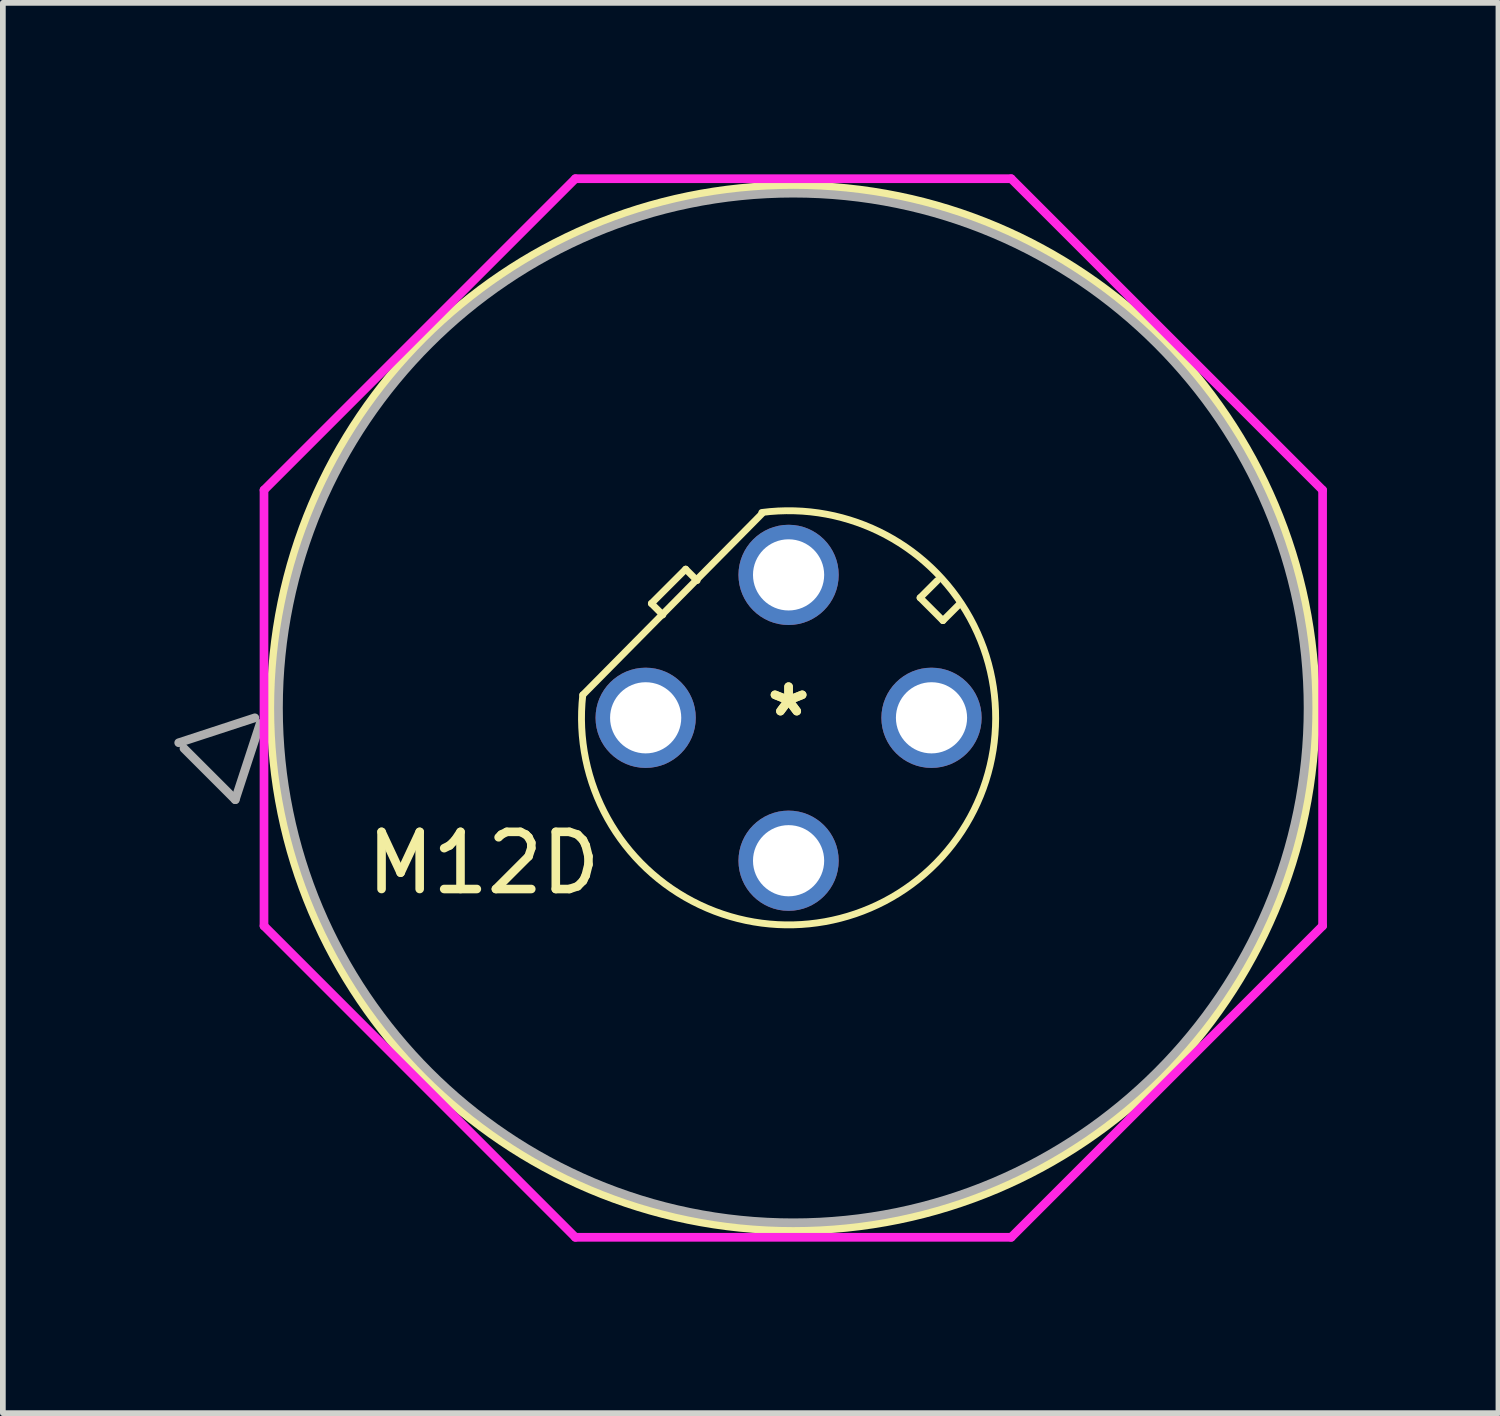
<source format=kicad_pcb>
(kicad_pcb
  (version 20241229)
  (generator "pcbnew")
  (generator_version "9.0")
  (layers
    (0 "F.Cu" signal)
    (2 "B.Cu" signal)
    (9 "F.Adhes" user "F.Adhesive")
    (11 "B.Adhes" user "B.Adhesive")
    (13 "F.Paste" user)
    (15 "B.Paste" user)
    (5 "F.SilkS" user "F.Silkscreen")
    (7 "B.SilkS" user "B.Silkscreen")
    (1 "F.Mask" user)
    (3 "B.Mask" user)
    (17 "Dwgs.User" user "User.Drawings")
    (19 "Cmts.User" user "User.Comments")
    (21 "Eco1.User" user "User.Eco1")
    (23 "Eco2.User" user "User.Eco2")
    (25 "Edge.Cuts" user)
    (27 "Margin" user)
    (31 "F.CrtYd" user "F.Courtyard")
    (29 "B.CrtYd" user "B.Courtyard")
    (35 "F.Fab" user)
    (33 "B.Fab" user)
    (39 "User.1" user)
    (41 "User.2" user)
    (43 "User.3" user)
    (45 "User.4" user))
  (footprint "M12D"
    (layer "F.Cu")
    (at 10.744 9.506)
    (property "Reference" "M12D" (at -5.334 2.54 0) (layer "F.SilkS") (effects (font (size 1 1) (thickness 0.15))))
    (attr through_hole)
    (fp_line (start -2.4 -2) (end -1.8 -2.6) (stroke (width 0.12) (type solid)) (layer "F.SilkS"))
    (fp_line (start -2.2 -1.8) (end -2.4 -2) (stroke (width 0.12) (type solid)) (layer "F.SilkS"))
    (fp_line (start -1.8 -2.6) (end -1.6 -2.4) (stroke (width 0.12) (type solid)) (layer "F.SilkS"))
    (fp_line (start -0.466 -3.57) (end -3.6 -0.4) (stroke (width 0.12) (type solid)) (layer "F.SilkS"))
    (fp_line (start 2.3 -2.1) (end 2.7 -1.7) (stroke (width 0.12) (type solid)) (layer "F.SilkS"))
    (fp_line (start 2.6 -2.4) (end 2.3 -2.1) (stroke (width 0.12) (type solid)) (layer "F.SilkS"))
    (fp_line (start 2.7 -1.7) (end 3 -2) (stroke (width 0.12) (type solid)) (layer "F.SilkS"))
    (fp_arc (start -0.468487 -3.591728) (mid 2.585523 2.536742) (end -3.599999 -0.399999) (stroke (width 0.12) (type solid)) (layer "F.SilkS"))
    (fp_circle (center 0.082 -0.172) (end 9.214 -0.172) (stroke (width 0.152) (type solid)) (fill no) (layer "F.SilkS"))
    (fp_line (start -9.176 -3.984) (end -3.73 -9.43) (stroke (width 0.152) (type solid)) (layer "F.CrtYd"))
    (fp_line (start -9.176 3.64) (end -9.176 -3.984) (stroke (width 0.152) (type solid)) (layer "F.CrtYd"))
    (fp_line (start -3.73 -9.43) (end 3.894 -9.43) (stroke (width 0.152) (type solid)) (layer "F.CrtYd"))
    (fp_line (start -3.73 9.087) (end -9.176 3.64) (stroke (width 0.152) (type solid)) (layer "F.CrtYd"))
    (fp_line (start 3.894 -9.43) (end 9.341 -3.984) (stroke (width 0.152) (type solid)) (layer "F.CrtYd"))
    (fp_line (start 3.894 9.087) (end -3.73 9.087) (stroke (width 0.152) (type solid)) (layer "F.CrtYd"))
    (fp_line (start 9.341 -3.984) (end 9.341 3.64) (stroke (width 0.152) (type solid)) (layer "F.CrtYd"))
    (fp_line (start 9.341 3.64) (end 3.894 9.087) (stroke (width 0.152) (type solid)) (layer "F.CrtYd"))
    (fp_line (start -10.668 0.436) (end -9.336 0) (stroke (width 0.152) (type solid)) (layer "F.Fab"))
    (fp_line (start -9.679 1.432) (end -10.576 0.535) (stroke (width 0.152) (type solid)) (layer "F.Fab"))
    (fp_line (start -9.243 0.099) (end -9.679 1.432) (stroke (width 0.152) (type solid)) (layer "F.Fab"))
    (fp_circle (center 0.082 -0.172) (end 9.087 -0.172) (stroke (width 0.152) (type solid)) (fill no) (layer "F.Fab"))
    (fp_text user "*" (at 0 0 0) (layer "F.SilkS") (effects (font (size 1 1) (thickness 0.15))))
    (fp_text user "*" (at 0 0 0) (layer "F.SilkS") (effects (font (size 1 1) (thickness 0.15))))
    (pad "1" thru_hole circle (at -2.5 0) (size 1.753 1.753) (drill 1.245) (layers "*.Cu" "*.Mask"))
    (pad "2" thru_hole circle (at 0 -2.5) (size 1.753 1.753) (drill 1.245) (layers "*.Cu" "*.Mask"))
    (pad "3" thru_hole circle (at 2.5 0 90) (size 1.753 1.753) (drill 1.245) (layers "*.Cu" "*.Mask"))
    (pad "4" thru_hole circle (at 0 2.5 90) (size 1.753 1.753) (drill 1.245) (layers "*.Cu" "*.Mask")))
  (gr_rect
    (start -3 -3)
    (end 23.161 21.669)
    (stroke (width 0.1) (type default))
    (fill no)
    (layer "Edge.Cuts")))
</source>
